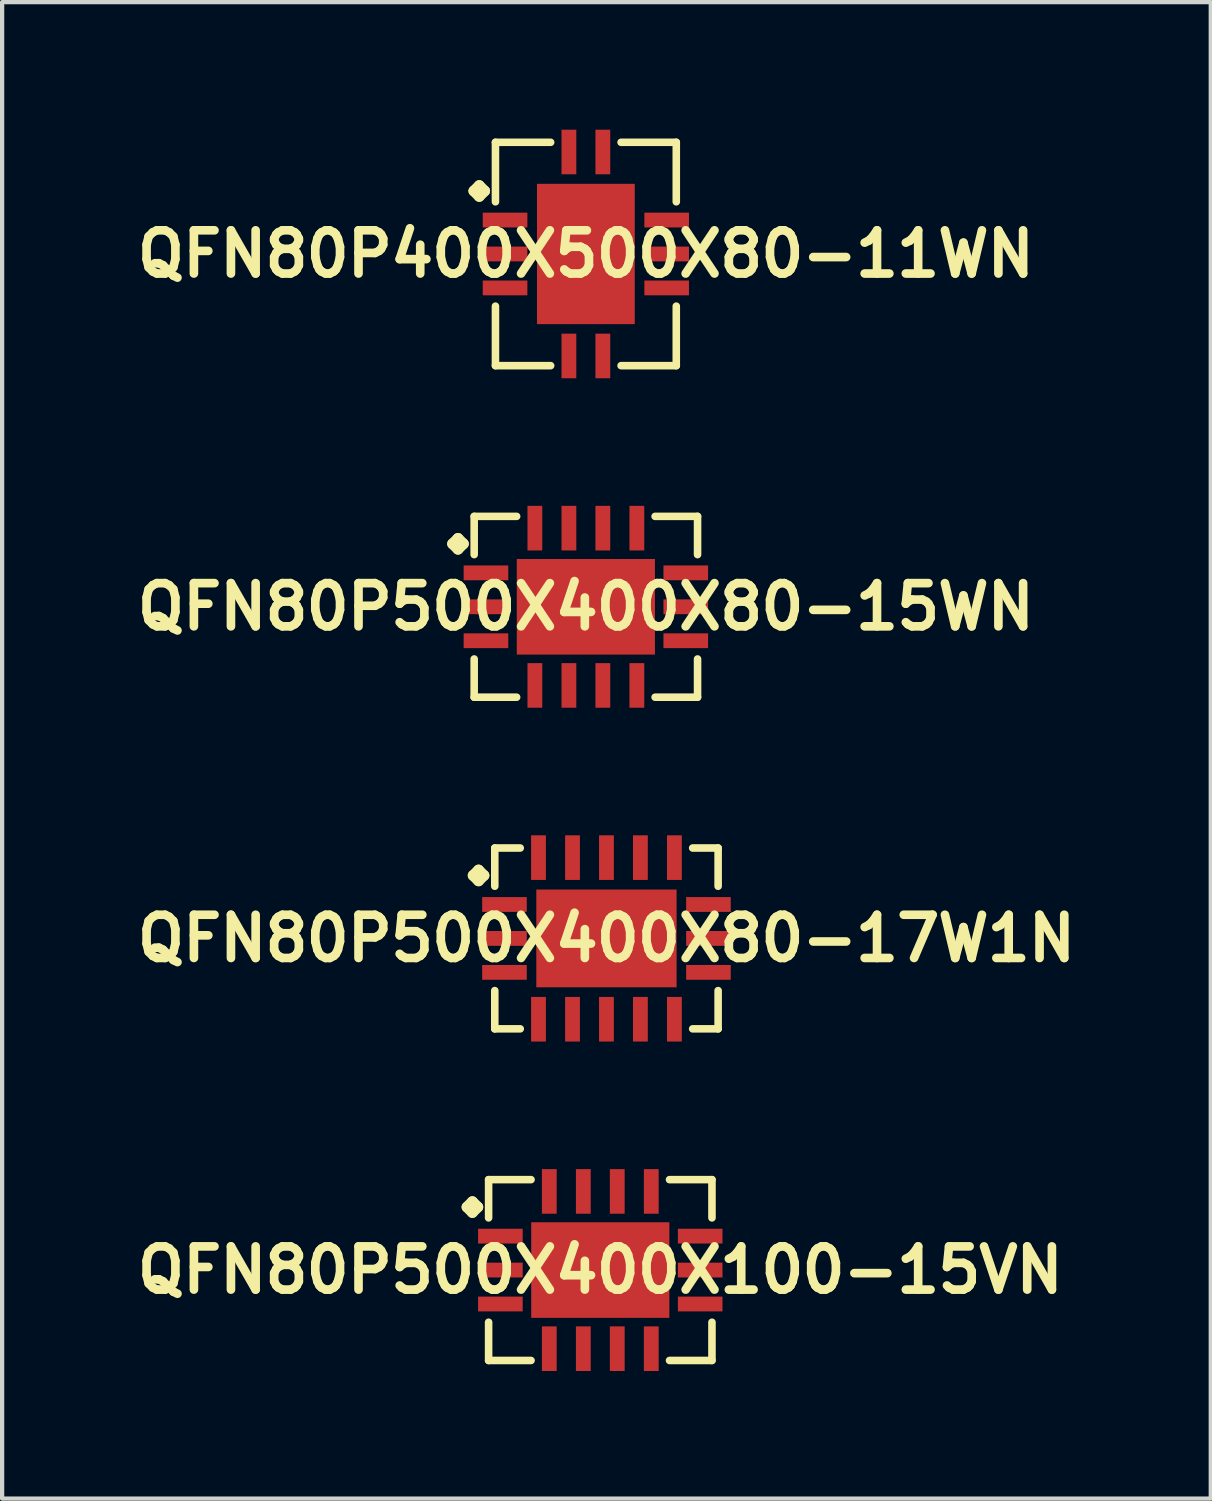
<source format=kicad_pcb>
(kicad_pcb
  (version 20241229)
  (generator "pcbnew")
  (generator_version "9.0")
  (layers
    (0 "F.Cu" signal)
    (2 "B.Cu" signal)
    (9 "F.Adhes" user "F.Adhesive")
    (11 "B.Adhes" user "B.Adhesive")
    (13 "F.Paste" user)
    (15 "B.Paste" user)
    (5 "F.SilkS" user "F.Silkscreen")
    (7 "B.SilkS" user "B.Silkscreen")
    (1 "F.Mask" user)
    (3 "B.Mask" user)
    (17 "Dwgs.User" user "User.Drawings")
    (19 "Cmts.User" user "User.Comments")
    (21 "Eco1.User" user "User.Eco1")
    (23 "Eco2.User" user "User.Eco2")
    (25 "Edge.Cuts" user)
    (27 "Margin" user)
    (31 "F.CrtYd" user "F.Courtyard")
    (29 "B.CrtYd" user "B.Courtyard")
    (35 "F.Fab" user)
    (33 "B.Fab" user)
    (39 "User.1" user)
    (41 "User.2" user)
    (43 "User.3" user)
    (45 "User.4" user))
  (footprint "QFN80P500X400X80-15WN"
    (layer "F.Cu")
    (at 10.726 11.218)
    (property "Reference" "QFN80P500X400X80-15WN" (at 0 0 0) (layer "F.SilkS") (effects (font (size 1.016 1.016) (thickness 0.203))))
    (attr smd)
    (fp_line (start -3.134 -1.481) (end -3.007 -1.608) (stroke (width 0.254) (type solid)) (layer "F.SilkS"))
    (fp_line (start -3.007 -1.608) (end -2.88 -1.481) (stroke (width 0.254) (type solid)) (layer "F.SilkS"))
    (fp_line (start -3.007 -1.354) (end -3.134 -1.481) (stroke (width 0.254) (type solid)) (layer "F.SilkS"))
    (fp_line (start -2.88 -1.481) (end -3.007 -1.354) (stroke (width 0.254) (type solid)) (layer "F.SilkS"))
    (fp_line (start -2.626 -2.126) (end -1.628 -2.126) (stroke (width 0.178) (type solid)) (layer "F.SilkS"))
    (fp_line (start -2.626 -1.227) (end -2.626 -2.126) (stroke (width 0.178) (type solid)) (layer "F.SilkS"))
    (fp_line (start -2.626 1.227) (end -2.626 2.126) (stroke (width 0.178) (type solid)) (layer "F.SilkS"))
    (fp_line (start -2.626 2.126) (end -1.628 2.126) (stroke (width 0.178) (type solid)) (layer "F.SilkS"))
    (fp_line (start 1.628 -2.126) (end 2.626 -2.126) (stroke (width 0.178) (type solid)) (layer "F.SilkS"))
    (fp_line (start 1.628 2.126) (end 2.626 2.126) (stroke (width 0.178) (type solid)) (layer "F.SilkS"))
    (fp_line (start 2.626 -2.126) (end 2.626 -1.227) (stroke (width 0.178) (type solid)) (layer "F.SilkS"))
    (fp_line (start 2.626 2.126) (end 2.626 1.227) (stroke (width 0.178) (type solid)) (layer "F.SilkS"))
    (pad "1" smd rect (at -2.349 -0.798) (size 1.049 0.348) (layers "F.Cu" "F.Mask" "F.Paste"))
    (pad "2" smd rect (at -2.349 0) (size 1.049 0.348) (layers "F.Cu" "F.Mask" "F.Paste"))
    (pad "3" smd rect (at -2.349 0.798) (size 1.049 0.348) (layers "F.Cu" "F.Mask" "F.Paste"))
    (pad "4" smd rect (at -1.199 1.849) (size 0.348 1.049) (layers "F.Cu" "F.Mask" "F.Paste"))
    (pad "5" smd rect (at -0.399 1.849) (size 0.348 1.049) (layers "F.Cu" "F.Mask" "F.Paste"))
    (pad "6" smd rect (at 0.399 1.849) (size 0.348 1.049) (layers "F.Cu" "F.Mask" "F.Paste"))
    (pad "7" smd rect (at 1.199 1.849) (size 0.348 1.049) (layers "F.Cu" "F.Mask" "F.Paste"))
    (pad "8" smd rect (at 2.349 0.798) (size 1.049 0.348) (layers "F.Cu" "F.Mask" "F.Paste"))
    (pad "9" smd rect (at 2.349 0) (size 1.049 0.348) (layers "F.Cu" "F.Mask" "F.Paste"))
    (pad "10" smd rect (at 2.349 -0.798) (size 1.049 0.348) (layers "F.Cu" "F.Mask" "F.Paste"))
    (pad "11" smd rect (at 1.199 -1.849) (size 0.348 1.049) (layers "F.Cu" "F.Mask" "F.Paste"))
    (pad "12" smd rect (at 0.399 -1.849) (size 0.348 1.049) (layers "F.Cu" "F.Mask" "F.Paste"))
    (pad "13" smd rect (at -0.399 -1.849) (size 0.348 1.049) (layers "F.Cu" "F.Mask" "F.Paste"))
    (pad "14" smd rect (at -1.199 -1.849) (size 0.348 1.049) (layers "F.Cu" "F.Mask" "F.Paste"))
    (pad "15" smd rect (at 0 0) (size 3.249 2.248) (layers "F.Cu" "F.Mask" "F.Paste")))
  (footprint "QFN80P400X500X80-11WN"
    (layer "F.Cu")
    (at 10.726 2.922)
    (property "Reference" "QFN80P400X500X80-11WN" (at 0 0 0) (layer "F.SilkS") (effects (font (size 1.016 1.016) (thickness 0.203))))
    (attr smd)
    (fp_line (start -2.634 -1.481) (end -2.507 -1.608) (stroke (width 0.254) (type solid)) (layer "F.SilkS"))
    (fp_line (start -2.507 -1.608) (end -2.38 -1.481) (stroke (width 0.254) (type solid)) (layer "F.SilkS"))
    (fp_line (start -2.507 -1.354) (end -2.634 -1.481) (stroke (width 0.254) (type solid)) (layer "F.SilkS"))
    (fp_line (start -2.38 -1.481) (end -2.507 -1.354) (stroke (width 0.254) (type solid)) (layer "F.SilkS"))
    (fp_line (start -2.126 -2.626) (end -0.828 -2.626) (stroke (width 0.178) (type solid)) (layer "F.SilkS"))
    (fp_line (start -2.126 -1.227) (end -2.126 -2.626) (stroke (width 0.178) (type solid)) (layer "F.SilkS"))
    (fp_line (start -2.126 1.227) (end -2.126 2.626) (stroke (width 0.178) (type solid)) (layer "F.SilkS"))
    (fp_line (start -2.126 2.626) (end -0.828 2.626) (stroke (width 0.178) (type solid)) (layer "F.SilkS"))
    (fp_line (start 0.828 -2.626) (end 2.126 -2.626) (stroke (width 0.178) (type solid)) (layer "F.SilkS"))
    (fp_line (start 0.828 2.626) (end 2.126 2.626) (stroke (width 0.178) (type solid)) (layer "F.SilkS"))
    (fp_line (start 2.126 -2.626) (end 2.126 -1.227) (stroke (width 0.178) (type solid)) (layer "F.SilkS"))
    (fp_line (start 2.126 2.626) (end 2.126 1.227) (stroke (width 0.178) (type solid)) (layer "F.SilkS"))
    (pad "1" smd rect (at -1.9 -0.798) (size 1.049 0.348) (layers "F.Cu" "F.Mask" "F.Paste"))
    (pad "2" smd rect (at -1.9 0) (size 1.049 0.348) (layers "F.Cu" "F.Mask" "F.Paste"))
    (pad "3" smd rect (at -1.9 0.798) (size 1.049 0.348) (layers "F.Cu" "F.Mask" "F.Paste"))
    (pad "4" smd rect (at -0.399 2.398) (size 0.348 1.049) (layers "F.Cu" "F.Mask" "F.Paste"))
    (pad "5" smd rect (at 0.399 2.398) (size 0.348 1.049) (layers "F.Cu" "F.Mask" "F.Paste"))
    (pad "6" smd rect (at 1.9 0.798) (size 1.049 0.348) (layers "F.Cu" "F.Mask" "F.Paste"))
    (pad "7" smd rect (at 1.9 0) (size 1.049 0.348) (layers "F.Cu" "F.Mask" "F.Paste"))
    (pad "8" smd rect (at 1.9 -0.798) (size 1.049 0.348) (layers "F.Cu" "F.Mask" "F.Paste"))
    (pad "9" smd rect (at 0.399 -2.398) (size 0.348 1.049) (layers "F.Cu" "F.Mask" "F.Paste"))
    (pad "10" smd rect (at -0.399 -2.398) (size 0.348 1.049) (layers "F.Cu" "F.Mask" "F.Paste"))
    (pad "11" smd rect (at 0 0) (size 2.299 3.299) (layers "F.Cu" "F.Mask" "F.Paste")))
  (footprint "QFN80P500X400X100-15VN"
    (layer "F.Cu")
    (at 11.065 26.814)
    (property "Reference" "QFN80P500X400X100-15VN" (at 0 0 0) (layer "F.SilkS") (effects (font (size 1.016 1.016) (thickness 0.203))))
    (attr smd)
    (fp_line (start -3.134 -1.481) (end -3.007 -1.608) (stroke (width 0.254) (type solid)) (layer "F.SilkS"))
    (fp_line (start -3.007 -1.608) (end -2.88 -1.481) (stroke (width 0.254) (type solid)) (layer "F.SilkS"))
    (fp_line (start -3.007 -1.354) (end -3.134 -1.481) (stroke (width 0.254) (type solid)) (layer "F.SilkS"))
    (fp_line (start -2.88 -1.481) (end -3.007 -1.354) (stroke (width 0.254) (type solid)) (layer "F.SilkS"))
    (fp_line (start -2.626 -2.126) (end -1.628 -2.126) (stroke (width 0.178) (type solid)) (layer "F.SilkS"))
    (fp_line (start -2.626 -1.227) (end -2.626 -2.126) (stroke (width 0.178) (type solid)) (layer "F.SilkS"))
    (fp_line (start -2.626 1.227) (end -2.626 2.126) (stroke (width 0.178) (type solid)) (layer "F.SilkS"))
    (fp_line (start -2.626 2.126) (end -1.628 2.126) (stroke (width 0.178) (type solid)) (layer "F.SilkS"))
    (fp_line (start 1.628 -2.126) (end 2.626 -2.126) (stroke (width 0.178) (type solid)) (layer "F.SilkS"))
    (fp_line (start 1.628 2.126) (end 2.626 2.126) (stroke (width 0.178) (type solid)) (layer "F.SilkS"))
    (fp_line (start 2.626 -2.126) (end 2.626 -1.227) (stroke (width 0.178) (type solid)) (layer "F.SilkS"))
    (fp_line (start 2.626 2.126) (end 2.626 1.227) (stroke (width 0.178) (type solid)) (layer "F.SilkS"))
    (pad "1" smd rect (at -2.349 -0.798) (size 1.049 0.348) (layers "F.Cu" "F.Mask" "F.Paste"))
    (pad "2" smd rect (at -2.349 0) (size 1.049 0.348) (layers "F.Cu" "F.Mask" "F.Paste"))
    (pad "3" smd rect (at -2.349 0.798) (size 1.049 0.348) (layers "F.Cu" "F.Mask" "F.Paste"))
    (pad "4" smd rect (at -1.199 1.849) (size 0.348 1.049) (layers "F.Cu" "F.Mask" "F.Paste"))
    (pad "5" smd rect (at -0.399 1.849) (size 0.348 1.049) (layers "F.Cu" "F.Mask" "F.Paste"))
    (pad "6" smd rect (at 0.399 1.849) (size 0.348 1.049) (layers "F.Cu" "F.Mask" "F.Paste"))
    (pad "7" smd rect (at 1.199 1.849) (size 0.348 1.049) (layers "F.Cu" "F.Mask" "F.Paste"))
    (pad "8" smd rect (at 2.349 0.798) (size 1.049 0.348) (layers "F.Cu" "F.Mask" "F.Paste"))
    (pad "9" smd rect (at 2.349 0) (size 1.049 0.348) (layers "F.Cu" "F.Mask" "F.Paste"))
    (pad "10" smd rect (at 2.349 -0.798) (size 1.049 0.348) (layers "F.Cu" "F.Mask" "F.Paste"))
    (pad "11" smd rect (at 1.199 -1.849) (size 0.348 1.049) (layers "F.Cu" "F.Mask" "F.Paste"))
    (pad "12" smd rect (at 0.399 -1.849) (size 0.348 1.049) (layers "F.Cu" "F.Mask" "F.Paste"))
    (pad "13" smd rect (at -0.399 -1.849) (size 0.348 1.049) (layers "F.Cu" "F.Mask" "F.Paste"))
    (pad "14" smd rect (at -1.199 -1.849) (size 0.348 1.049) (layers "F.Cu" "F.Mask" "F.Paste"))
    (pad "15" smd rect (at 0 0) (size 3.249 2.248) (layers "F.Cu" "F.Mask" "F.Paste")))
  (footprint "QFN80P500X400X80-17W1N"
    (layer "F.Cu")
    (at 11.21 19.016)
    (property "Reference" "QFN80P500X400X80-17W1N" (at 0 0 0) (layer "F.SilkS") (effects (font (size 1.016 1.016) (thickness 0.203))))
    (attr smd)
    (fp_line (start -3.134 -1.481) (end -3.007 -1.608) (stroke (width 0.254) (type solid)) (layer "F.SilkS"))
    (fp_line (start -3.007 -1.608) (end -2.88 -1.481) (stroke (width 0.254) (type solid)) (layer "F.SilkS"))
    (fp_line (start -3.007 -1.354) (end -3.134 -1.481) (stroke (width 0.254) (type solid)) (layer "F.SilkS"))
    (fp_line (start -2.88 -1.481) (end -3.007 -1.354) (stroke (width 0.254) (type solid)) (layer "F.SilkS"))
    (fp_line (start -2.626 -2.126) (end -2.027 -2.126) (stroke (width 0.178) (type solid)) (layer "F.SilkS"))
    (fp_line (start -2.626 -1.227) (end -2.626 -2.126) (stroke (width 0.178) (type solid)) (layer "F.SilkS"))
    (fp_line (start -2.626 1.227) (end -2.626 2.126) (stroke (width 0.178) (type solid)) (layer "F.SilkS"))
    (fp_line (start -2.626 2.126) (end -2.027 2.126) (stroke (width 0.178) (type solid)) (layer "F.SilkS"))
    (fp_line (start 2.027 -2.126) (end 2.626 -2.126) (stroke (width 0.178) (type solid)) (layer "F.SilkS"))
    (fp_line (start 2.027 2.126) (end 2.626 2.126) (stroke (width 0.178) (type solid)) (layer "F.SilkS"))
    (fp_line (start 2.626 -2.126) (end 2.626 -1.227) (stroke (width 0.178) (type solid)) (layer "F.SilkS"))
    (fp_line (start 2.626 2.126) (end 2.626 1.227) (stroke (width 0.178) (type solid)) (layer "F.SilkS"))
    (pad "1" smd rect (at -2.398 -0.798) (size 1.049 0.348) (layers "F.Cu" "F.Mask" "F.Paste"))
    (pad "2" smd rect (at -2.398 0) (size 1.049 0.348) (layers "F.Cu" "F.Mask" "F.Paste"))
    (pad "3" smd rect (at -2.398 0.798) (size 1.049 0.348) (layers "F.Cu" "F.Mask" "F.Paste"))
    (pad "4" smd rect (at -1.598 1.9) (size 0.348 1.049) (layers "F.Cu" "F.Mask" "F.Paste"))
    (pad "5" smd rect (at -0.798 1.9) (size 0.348 1.049) (layers "F.Cu" "F.Mask" "F.Paste"))
    (pad "6" smd rect (at 0 1.9) (size 0.348 1.049) (layers "F.Cu" "F.Mask" "F.Paste"))
    (pad "7" smd rect (at 0.798 1.9) (size 0.348 1.049) (layers "F.Cu" "F.Mask" "F.Paste"))
    (pad "8" smd rect (at 1.598 1.9) (size 0.348 1.049) (layers "F.Cu" "F.Mask" "F.Paste"))
    (pad "9" smd rect (at 2.398 0.798) (size 1.049 0.348) (layers "F.Cu" "F.Mask" "F.Paste"))
    (pad "10" smd rect (at 2.398 0) (size 1.049 0.348) (layers "F.Cu" "F.Mask" "F.Paste"))
    (pad "11" smd rect (at 2.398 -0.798) (size 1.049 0.348) (layers "F.Cu" "F.Mask" "F.Paste"))
    (pad "12" smd rect (at 1.598 -1.9) (size 0.348 1.049) (layers "F.Cu" "F.Mask" "F.Paste"))
    (pad "13" smd rect (at 0.798 -1.9) (size 0.348 1.049) (layers "F.Cu" "F.Mask" "F.Paste"))
    (pad "14" smd rect (at 0 -1.9) (size 0.348 1.049) (layers "F.Cu" "F.Mask" "F.Paste"))
    (pad "15" smd rect (at -0.798 -1.9) (size 0.348 1.049) (layers "F.Cu" "F.Mask" "F.Paste"))
    (pad "16" smd rect (at -1.598 -1.9) (size 0.348 1.049) (layers "F.Cu" "F.Mask" "F.Paste"))
    (pad "17" smd rect (at 0 0) (size 3.299 2.299) (layers "F.Cu" "F.Mask" "F.Paste")))
  (gr_rect
    (start -3 -3)
    (end 25.42 32.188)
    (stroke (width 0.1) (type default))
    (fill no)
    (layer "Edge.Cuts")))
</source>
